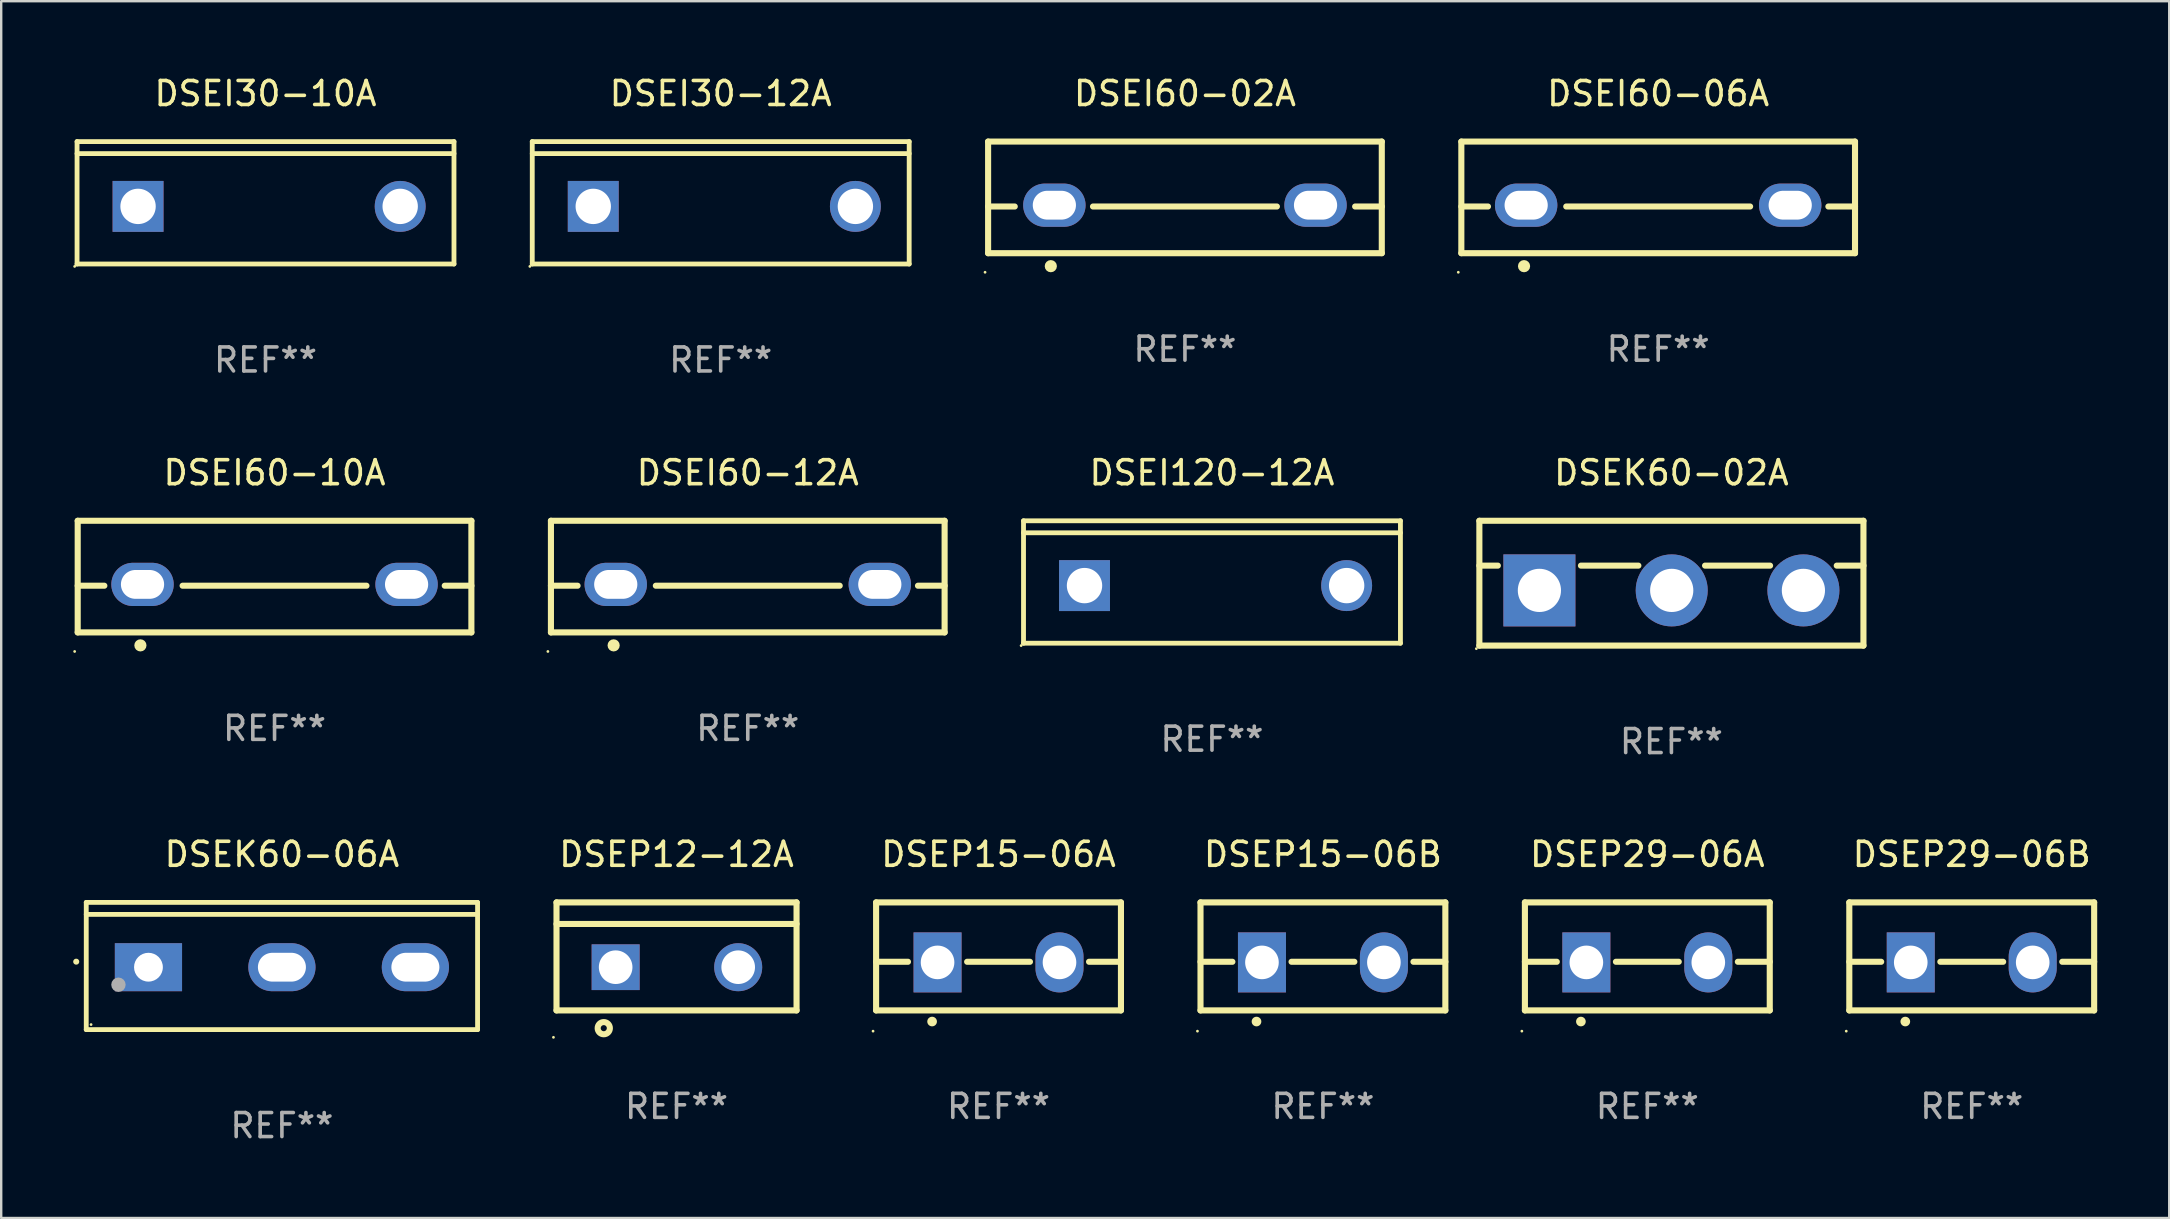
<source format=kicad_pcb>
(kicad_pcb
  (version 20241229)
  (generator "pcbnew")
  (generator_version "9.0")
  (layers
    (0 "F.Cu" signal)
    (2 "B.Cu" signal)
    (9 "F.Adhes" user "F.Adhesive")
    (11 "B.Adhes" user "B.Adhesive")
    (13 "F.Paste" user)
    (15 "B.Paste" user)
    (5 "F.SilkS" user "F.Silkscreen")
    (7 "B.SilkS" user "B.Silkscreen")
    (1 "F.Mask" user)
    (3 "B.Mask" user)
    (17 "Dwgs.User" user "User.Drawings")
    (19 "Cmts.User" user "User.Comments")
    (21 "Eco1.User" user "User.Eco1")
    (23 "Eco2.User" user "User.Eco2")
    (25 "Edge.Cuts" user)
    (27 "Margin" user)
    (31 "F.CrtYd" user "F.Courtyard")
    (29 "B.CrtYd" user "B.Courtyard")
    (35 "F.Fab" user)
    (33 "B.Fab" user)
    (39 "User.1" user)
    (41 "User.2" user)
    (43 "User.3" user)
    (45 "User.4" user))
  (footprint "DSEP15-06A"
    (layer "F.Cu")
    (at 38.547 36.792)
    (property "Reference" "DSEP15-06A" (at 0 -4.25 0) (layer "F.SilkS") (effects (font (size 1 1) (thickness 0.15))))
    (attr through_hole)
    (fp_line (start -5.1 -2.25) (end -5.1 2.25) (stroke (width 0.254) (type solid)) (layer "F.SilkS"))
    (fp_line (start -5.1 0.224) (end -3.772 0.224) (stroke (width 0.254) (type solid)) (layer "F.SilkS"))
    (fp_line (start -5.1 2.25) (end 5.1 2.25) (stroke (width 0.254) (type solid)) (layer "F.SilkS"))
    (fp_line (start -1.308 0.224) (end 1.309 0.224) (stroke (width 0.254) (type solid)) (layer "F.SilkS"))
    (fp_line (start 3.771 0.224) (end 5.1 0.224) (stroke (width 0.254) (type solid)) (layer "F.SilkS"))
    (fp_line (start 5.1 -2.25) (end -5.1 -2.25) (stroke (width 0.254) (type solid)) (layer "F.SilkS"))
    (fp_line (start 5.1 -2.25) (end 5.1 2.25) (stroke (width 0.254) (type solid)) (layer "F.SilkS"))
    (fp_arc (start -2.768606 2.713805) (mid -2.767336 2.713801) (end -2.766066 2.713805) (stroke (width 0.4) (type solid)) (layer "F.SilkS"))
    (fp_circle (center -5.227 3.114) (end -5.197 3.114) (stroke (width 0.06) (type solid)) (fill no) (layer "F.SilkS"))
    (fp_text user "REF**" (at 0 6.25 0) (layer "F.Fab") (effects (font (size 1 1) (thickness 0.15))))
    (pad "1" thru_hole rect (at -2.54 0.25) (size 2 2.5) (drill 1.4) (layers "*.Cu" "*.Mask"))
    (pad "3" thru_hole oval (at 2.54 0.25) (size 2 2.5) (drill 1.4) (layers "*.Cu" "*.Mask")))
  (footprint "DSEI60-02A"
    (layer "F.Cu")
    (at 46.313 5.173)
    (property "Reference" "DSEI60-02A" (at 0 -4.325 0) (layer "F.SilkS") (effects (font (size 1 1) (thickness 0.15))))
    (attr through_hole)
    (fp_line (start -8.2 -2.325) (end -8.2 2.325) (stroke (width 0.254) (type solid)) (layer "F.SilkS"))
    (fp_line (start -8.2 -2.325) (end 8.2 -2.325) (stroke (width 0.254) (type solid)) (layer "F.SilkS"))
    (fp_line (start -8.2 0.38) (end -7.09 0.38) (stroke (width 0.254) (type solid)) (layer "F.SilkS"))
    (fp_line (start -8.2 2.325) (end 8.2 2.325) (stroke (width 0.254) (type solid)) (layer "F.SilkS"))
    (fp_line (start -3.83 0.38) (end 3.83 0.38) (stroke (width 0.254) (type solid)) (layer "F.SilkS"))
    (fp_line (start 7.09 0.38) (end 8.2 0.38) (stroke (width 0.254) (type solid)) (layer "F.SilkS"))
    (fp_line (start 8.2 -2.325) (end 8.2 2.325) (stroke (width 0.254) (type solid)) (layer "F.SilkS"))
    (fp_circle (center -8.327 3.119) (end -8.297 3.119) (stroke (width 0.06) (type solid)) (fill no) (layer "F.SilkS"))
    (fp_circle (center -5.588 2.865) (end -5.461 2.865) (stroke (width 0.254) (type solid)) (fill no) (layer "F.SilkS"))
    (fp_text user "REF**" (at 0 6.325 0) (layer "F.Fab") (effects (font (size 1 1) (thickness 0.15))))
    (pad "1" thru_hole oval (at -5.44 0.325) (size 2.6 1.8) (drill oval 1.8 1.2) (layers "*.Cu" "*.Mask"))
    (pad "2" thru_hole oval (at 5.44 0.325) (size 2.6 1.8) (drill oval 1.8 1.2) (layers "*.Cu" "*.Mask")))
  (footprint "DSEI60-12A"
    (layer "F.Cu")
    (at 28.101 20.97)
    (property "Reference" "DSEI60-12A" (at 0 -4.325 0) (layer "F.SilkS") (effects (font (size 1 1) (thickness 0.15))))
    (attr through_hole)
    (fp_line (start -8.2 -2.325) (end -8.2 2.325) (stroke (width 0.254) (type solid)) (layer "F.SilkS"))
    (fp_line (start -8.2 -2.325) (end 8.2 -2.325) (stroke (width 0.254) (type solid)) (layer "F.SilkS"))
    (fp_line (start -8.2 0.38) (end -7.09 0.38) (stroke (width 0.254) (type solid)) (layer "F.SilkS"))
    (fp_line (start -8.2 2.325) (end 8.2 2.325) (stroke (width 0.254) (type solid)) (layer "F.SilkS"))
    (fp_line (start -3.83 0.38) (end 3.83 0.38) (stroke (width 0.254) (type solid)) (layer "F.SilkS"))
    (fp_line (start 7.09 0.38) (end 8.2 0.38) (stroke (width 0.254) (type solid)) (layer "F.SilkS"))
    (fp_line (start 8.2 -2.325) (end 8.2 2.325) (stroke (width 0.254) (type solid)) (layer "F.SilkS"))
    (fp_circle (center -8.327 3.119) (end -8.297 3.119) (stroke (width 0.06) (type solid)) (fill no) (layer "F.SilkS"))
    (fp_circle (center -5.588 2.865) (end -5.461 2.865) (stroke (width 0.254) (type solid)) (fill no) (layer "F.SilkS"))
    (fp_text user "REF**" (at 0 6.325 0) (layer "F.Fab") (effects (font (size 1 1) (thickness 0.15))))
    (pad "1" thru_hole oval (at -5.5 0.325) (size 2.6 1.8) (drill oval 1.8 1.2) (layers "*.Cu" "*.Mask"))
    (pad "3" thru_hole oval (at 5.5 0.325) (size 2.6 1.8) (drill oval 1.8 1.2) (layers "*.Cu" "*.Mask")))
  (footprint "DSEP12-12A"
    (layer "F.Cu")
    (at 25.133 36.792)
    (property "Reference" "DSEP12-12A" (at 0 -4.25 0) (layer "F.SilkS") (effects (font (size 1 1) (thickness 0.15))))
    (attr through_hole)
    (fp_line (start -5 -2.25) (end 5 -2.25) (stroke (width 0.254) (type solid)) (layer "F.SilkS"))
    (fp_line (start -5 -1.351) (end 5 -1.351) (stroke (width 0.254) (type solid)) (layer "F.SilkS"))
    (fp_line (start -5 2.25) (end -5 -2.25) (stroke (width 0.254) (type solid)) (layer "F.SilkS"))
    (fp_line (start -5 2.25) (end 5 2.25) (stroke (width 0.254) (type solid)) (layer "F.SilkS"))
    (fp_line (start 5 2.25) (end 5 -2.25) (stroke (width 0.254) (type solid)) (layer "F.SilkS"))
    (fp_circle (center -5.127 3.371) (end -5.097 3.371) (stroke (width 0.06) (type solid)) (fill no) (layer "F.SilkS"))
    (fp_circle (center -3.031 2.99) (end -2.777 2.99) (stroke (width 0.254) (type solid)) (fill no) (layer "F.SilkS"))
    (fp_text user "REF**" (at 0 6.25 0) (layer "F.Fab") (effects (font (size 1 1) (thickness 0.15))))
    (pad "1" thru_hole rect (at -2.536 0.45 90) (size 1.905 2) (drill 1.4) (layers "*.Cu" "*.Mask"))
    (pad "3" thru_hole circle (at 2.569 0.45) (size 2 2) (drill 1.4) (layers "*.Cu" "*.Mask")))
  (footprint "DSEI120-12A"
    (layer "F.Cu")
    (at 47.439 21.195)
    (property "Reference" "DSEI120-12A" (at 0 -4.55 0) (layer "F.SilkS") (effects (font (size 1 1) (thickness 0.15))))
    (attr through_hole)
    (fp_line (start -7.851 -2.55) (end 7.851 -2.55) (stroke (width 0.201) (type solid)) (layer "F.SilkS"))
    (fp_line (start -7.851 -2.05) (end 7.851 -2.05) (stroke (width 0.201) (type solid)) (layer "F.SilkS"))
    (fp_line (start -7.851 2.55) (end -7.851 -2.55) (stroke (width 0.201) (type solid)) (layer "F.SilkS"))
    (fp_line (start 7.851 -2.55) (end 7.851 2.55) (stroke (width 0.201) (type solid)) (layer "F.SilkS"))
    (fp_line (start 7.851 2.55) (end -7.851 2.55) (stroke (width 0.201) (type solid)) (layer "F.SilkS"))
    (fp_circle (center -7.951 2.65) (end -7.921 2.65) (stroke (width 0.06) (type solid)) (fill no) (layer "F.SilkS"))
    (fp_text user "REF**" (at 0 6.55 0) (layer "F.Fab") (effects (font (size 1 1) (thickness 0.15))))
    (pad "1" thru_hole rect (at -5.31 0.15) (size 2.121 2.121) (drill 1.473) (layers "*.Cu" "*.Mask"))
    (pad "3" thru_hole circle (at 5.61 0.15) (size 2.121 2.121) (drill 1.473) (layers "*.Cu" "*.Mask")))
  (footprint "DSEI60-06A"
    (layer "F.Cu")
    (at 66.027 5.173)
    (property "Reference" "DSEI60-06A" (at 0 -4.325 0) (layer "F.SilkS") (effects (font (size 1 1) (thickness 0.15))))
    (attr through_hole)
    (fp_line (start -8.2 -2.325) (end -8.2 2.325) (stroke (width 0.254) (type solid)) (layer "F.SilkS"))
    (fp_line (start -8.2 -2.325) (end 8.2 -2.325) (stroke (width 0.254) (type solid)) (layer "F.SilkS"))
    (fp_line (start -8.2 0.38) (end -7.09 0.38) (stroke (width 0.254) (type solid)) (layer "F.SilkS"))
    (fp_line (start -8.2 2.325) (end 8.2 2.325) (stroke (width 0.254) (type solid)) (layer "F.SilkS"))
    (fp_line (start -3.83 0.38) (end 3.83 0.38) (stroke (width 0.254) (type solid)) (layer "F.SilkS"))
    (fp_line (start 7.09 0.38) (end 8.2 0.38) (stroke (width 0.254) (type solid)) (layer "F.SilkS"))
    (fp_line (start 8.2 -2.325) (end 8.2 2.325) (stroke (width 0.254) (type solid)) (layer "F.SilkS"))
    (fp_circle (center -8.327 3.119) (end -8.297 3.119) (stroke (width 0.06) (type solid)) (fill no) (layer "F.SilkS"))
    (fp_circle (center -5.588 2.865) (end -5.461 2.865) (stroke (width 0.254) (type solid)) (fill no) (layer "F.SilkS"))
    (fp_text user "REF**" (at 0 6.325 0) (layer "F.Fab") (effects (font (size 1 1) (thickness 0.15))))
    (pad "1" thru_hole oval (at -5.5 0.325) (size 2.6 1.8) (drill oval 1.8 1.2) (layers "*.Cu" "*.Mask"))
    (pad "3" thru_hole oval (at 5.5 0.325) (size 2.6 1.8) (drill oval 1.8 1.2) (layers "*.Cu" "*.Mask")))
  (footprint "DSEP29-06B"
    (layer "F.Cu")
    (at 79.089 36.792)
    (property "Reference" "DSEP29-06B" (at 0 -4.25 0) (layer "F.SilkS") (effects (font (size 1 1) (thickness 0.15))))
    (attr through_hole)
    (fp_line (start -5.1 -2.25) (end -5.1 2.25) (stroke (width 0.254) (type solid)) (layer "F.SilkS"))
    (fp_line (start -5.1 0.224) (end -3.772 0.224) (stroke (width 0.254) (type solid)) (layer "F.SilkS"))
    (fp_line (start -5.1 2.25) (end 5.1 2.25) (stroke (width 0.254) (type solid)) (layer "F.SilkS"))
    (fp_line (start -1.308 0.224) (end 1.309 0.224) (stroke (width 0.254) (type solid)) (layer "F.SilkS"))
    (fp_line (start 3.771 0.224) (end 5.1 0.224) (stroke (width 0.254) (type solid)) (layer "F.SilkS"))
    (fp_line (start 5.1 -2.25) (end -5.1 -2.25) (stroke (width 0.254) (type solid)) (layer "F.SilkS"))
    (fp_line (start 5.1 -2.25) (end 5.1 2.25) (stroke (width 0.254) (type solid)) (layer "F.SilkS"))
    (fp_arc (start -2.768606 2.713805) (mid -2.767336 2.713801) (end -2.766066 2.713805) (stroke (width 0.4) (type solid)) (layer "F.SilkS"))
    (fp_circle (center -5.227 3.114) (end -5.197 3.114) (stroke (width 0.06) (type solid)) (fill no) (layer "F.SilkS"))
    (fp_text user "REF**" (at 0 6.25 0) (layer "F.Fab") (effects (font (size 1 1) (thickness 0.15))))
    (pad "1" thru_hole rect (at -2.54 0.25) (size 2 2.5) (drill 1.4) (layers "*.Cu" "*.Mask"))
    (pad "3" thru_hole oval (at 2.54 0.25) (size 2 2.5) (drill 1.4) (layers "*.Cu" "*.Mask")))
  (footprint "DSEK60-02A"
    (layer "F.Cu")
    (at 66.578 21.245)
    (property "Reference" "DSEK60-02A" (at 0 -4.6 0) (layer "F.SilkS") (effects (font (size 1 1) (thickness 0.15))))
    (attr through_hole)
    (fp_line (start -8 -2.6) (end -8 2.6) (stroke (width 0.254) (type solid)) (layer "F.SilkS"))
    (fp_line (start -8 -2.6) (end 8 -2.6) (stroke (width 0.254) (type solid)) (layer "F.SilkS"))
    (fp_line (start -8 -0.732) (end -7.23 -0.732) (stroke (width 0.254) (type solid)) (layer "F.SilkS"))
    (fp_line (start -8 2.6) (end 8 2.6) (stroke (width 0.254) (type solid)) (layer "F.SilkS"))
    (fp_line (start -3.768 -0.732) (end -1.376 -0.732) (stroke (width 0.254) (type solid)) (layer "F.SilkS"))
    (fp_line (start 1.402 -0.732) (end 4.11 -0.732) (stroke (width 0.254) (type solid)) (layer "F.SilkS"))
    (fp_line (start 6.888 -0.732) (end 8 -0.732) (stroke (width 0.254) (type solid)) (layer "F.SilkS"))
    (fp_line (start 8 -2.6) (end 8 2.6) (stroke (width 0.254) (type solid)) (layer "F.SilkS"))
    (fp_circle (center -8.127 2.727) (end -8.097 2.727) (stroke (width 0.06) (type solid)) (fill no) (layer "F.SilkS"))
    (fp_text user "REF**" (at 0 6.6 0) (layer "F.Fab") (effects (font (size 1 1) (thickness 0.15))))
    (pad "1" thru_hole rect (at -5.499 0.3) (size 3 3) (drill 1.8) (layers "*.Cu" "*.Mask"))
    (pad "2" thru_hole circle (at 0.013 0.3) (size 3 3) (drill 1.8) (layers "*.Cu" "*.Mask"))
    (pad "3" thru_hole circle (at 5.499 0.3) (size 3 3) (drill 1.8) (layers "*.Cu" "*.Mask")))
  (footprint "DSEI30-10A"
    (layer "F.Cu")
    (at 8.011 5.398)
    (property "Reference" "DSEI30-10A" (at 0 -4.55 0) (layer "F.SilkS") (effects (font (size 1 1) (thickness 0.15))))
    (attr through_hole)
    (fp_line (start -7.851 -2.55) (end 7.851 -2.55) (stroke (width 0.201) (type solid)) (layer "F.SilkS"))
    (fp_line (start -7.851 -2.05) (end 7.851 -2.05) (stroke (width 0.201) (type solid)) (layer "F.SilkS"))
    (fp_line (start -7.851 2.55) (end -7.851 -2.55) (stroke (width 0.201) (type solid)) (layer "F.SilkS"))
    (fp_line (start 7.851 -2.55) (end 7.851 2.55) (stroke (width 0.201) (type solid)) (layer "F.SilkS"))
    (fp_line (start 7.851 2.55) (end -7.851 2.55) (stroke (width 0.201) (type solid)) (layer "F.SilkS"))
    (fp_circle (center -7.951 2.65) (end -7.921 2.65) (stroke (width 0.06) (type solid)) (fill no) (layer "F.SilkS"))
    (fp_text user "REF**" (at 0 6.55 0) (layer "F.Fab") (effects (font (size 1 1) (thickness 0.15))))
    (pad "1" thru_hole rect (at -5.31 0.15) (size 2.121 2.121) (drill 1.473) (layers "*.Cu" "*.Mask"))
    (pad "3" thru_hole circle (at 5.61 0.15) (size 2.121 2.121) (drill 1.473) (layers "*.Cu" "*.Mask")))
  (footprint "DSEI60-10A"
    (layer "F.Cu")
    (at 8.387 20.97)
    (property "Reference" "DSEI60-10A" (at 0 -4.325 0) (layer "F.SilkS") (effects (font (size 1 1) (thickness 0.15))))
    (attr through_hole)
    (fp_line (start -8.2 -2.325) (end -8.2 2.325) (stroke (width 0.254) (type solid)) (layer "F.SilkS"))
    (fp_line (start -8.2 -2.325) (end 8.2 -2.325) (stroke (width 0.254) (type solid)) (layer "F.SilkS"))
    (fp_line (start -8.2 0.38) (end -7.09 0.38) (stroke (width 0.254) (type solid)) (layer "F.SilkS"))
    (fp_line (start -8.2 2.325) (end 8.2 2.325) (stroke (width 0.254) (type solid)) (layer "F.SilkS"))
    (fp_line (start -3.83 0.38) (end 3.83 0.38) (stroke (width 0.254) (type solid)) (layer "F.SilkS"))
    (fp_line (start 7.09 0.38) (end 8.2 0.38) (stroke (width 0.254) (type solid)) (layer "F.SilkS"))
    (fp_line (start 8.2 -2.325) (end 8.2 2.325) (stroke (width 0.254) (type solid)) (layer "F.SilkS"))
    (fp_circle (center -8.327 3.119) (end -8.297 3.119) (stroke (width 0.06) (type solid)) (fill no) (layer "F.SilkS"))
    (fp_circle (center -5.588 2.865) (end -5.461 2.865) (stroke (width 0.254) (type solid)) (fill no) (layer "F.SilkS"))
    (fp_text user "REF**" (at 0 6.325 0) (layer "F.Fab") (effects (font (size 1 1) (thickness 0.15))))
    (pad "1" thru_hole oval (at -5.5 0.325) (size 2.6 1.8) (drill oval 1.8 1.2) (layers "*.Cu" "*.Mask"))
    (pad "3" thru_hole oval (at 5.5 0.325) (size 2.6 1.8) (drill oval 1.8 1.2) (layers "*.Cu" "*.Mask")))
  (footprint "DSEK60-06A"
    (layer "F.Cu")
    (at 8.694 37.192)
    (property "Reference" "DSEK60-06A" (at 0 -4.65 0) (layer "F.SilkS") (effects (font (size 1 1) (thickness 0.15))))
    (attr through_hole)
    (fp_line (start -8.151 -2.65) (end -8.151 2.65) (stroke (width 0.201) (type solid)) (layer "F.SilkS"))
    (fp_line (start 8.151 -2.65) (end -8.151 -2.65) (stroke (width 0.201) (type solid)) (layer "F.SilkS"))
    (fp_line (start 8.151 -2.15) (end -8.151 -2.15) (stroke (width 0.201) (type solid)) (layer "F.SilkS"))
    (fp_line (start 8.151 2.65) (end -8.151 2.65) (stroke (width 0.201) (type solid)) (layer "F.SilkS"))
    (fp_line (start 8.151 2.65) (end 8.151 -2.65) (stroke (width 0.201) (type solid)) (layer "F.SilkS"))
    (fp_arc (start -8.570003 -0.18048) (mid -8.568733 -0.180486) (end -8.567463 -0.18048) (stroke (width 0.24892) (type solid)) (layer "F.SilkS"))
    (fp_circle (center -7.95 2.44) (end -7.92 2.44) (stroke (width 0.06) (type solid)) (fill no) (layer "F.SilkS"))
    (fp_circle (center -6.81 0.78) (end -6.66 0.78) (stroke (width 0.3) (type solid)) (fill no) (layer "F.Fab"))
    (fp_text user "REF**" (at 0 6.65 0) (layer "F.Fab") (effects (font (size 1 1) (thickness 0.15))))
    (pad "1" thru_hole rect (at -5.56 0.05 90) (size 2 2.8) (drill 1.2) (layers "*.Cu" "*.Mask"))
    (pad "2" thru_hole oval (at 0 0.05 90) (size 2 2.8) (drill oval 1.2 2) (layers "*.Cu" "*.Mask"))
    (pad "3" thru_hole oval (at 5.56 0.05 90) (size 2 2.8) (drill oval 1.2 2) (layers "*.Cu" "*.Mask")))
  (footprint "DSEP29-06A"
    (layer "F.Cu")
    (at 65.575 36.792)
    (property "Reference" "DSEP29-06A" (at 0 -4.25 0) (layer "F.SilkS") (effects (font (size 1 1) (thickness 0.15))))
    (attr through_hole)
    (fp_line (start -5.1 -2.25) (end -5.1 2.25) (stroke (width 0.254) (type solid)) (layer "F.SilkS"))
    (fp_line (start -5.1 0.224) (end -3.772 0.224) (stroke (width 0.254) (type solid)) (layer "F.SilkS"))
    (fp_line (start -5.1 2.25) (end 5.1 2.25) (stroke (width 0.254) (type solid)) (layer "F.SilkS"))
    (fp_line (start -1.308 0.224) (end 1.309 0.224) (stroke (width 0.254) (type solid)) (layer "F.SilkS"))
    (fp_line (start 3.771 0.224) (end 5.1 0.224) (stroke (width 0.254) (type solid)) (layer "F.SilkS"))
    (fp_line (start 5.1 -2.25) (end -5.1 -2.25) (stroke (width 0.254) (type solid)) (layer "F.SilkS"))
    (fp_line (start 5.1 -2.25) (end 5.1 2.25) (stroke (width 0.254) (type solid)) (layer "F.SilkS"))
    (fp_arc (start -2.768606 2.713805) (mid -2.767336 2.713801) (end -2.766066 2.713805) (stroke (width 0.4) (type solid)) (layer "F.SilkS"))
    (fp_circle (center -5.227 3.114) (end -5.197 3.114) (stroke (width 0.06) (type solid)) (fill no) (layer "F.SilkS"))
    (fp_text user "REF**" (at 0 6.25 0) (layer "F.Fab") (effects (font (size 1 1) (thickness 0.15))))
    (pad "1" thru_hole rect (at -2.54 0.25) (size 2 2.5) (drill 1.4) (layers "*.Cu" "*.Mask"))
    (pad "3" thru_hole oval (at 2.54 0.25) (size 2 2.5) (drill 1.4) (layers "*.Cu" "*.Mask")))
  (footprint "DSEP15-06B"
    (layer "F.Cu")
    (at 52.061 36.792)
    (property "Reference" "DSEP15-06B" (at 0 -4.25 0) (layer "F.SilkS") (effects (font (size 1 1) (thickness 0.15))))
    (attr through_hole)
    (fp_line (start -5.1 -2.25) (end -5.1 2.25) (stroke (width 0.254) (type solid)) (layer "F.SilkS"))
    (fp_line (start -5.1 0.224) (end -3.772 0.224) (stroke (width 0.254) (type solid)) (layer "F.SilkS"))
    (fp_line (start -5.1 2.25) (end 5.1 2.25) (stroke (width 0.254) (type solid)) (layer "F.SilkS"))
    (fp_line (start -1.308 0.224) (end 1.309 0.224) (stroke (width 0.254) (type solid)) (layer "F.SilkS"))
    (fp_line (start 3.771 0.224) (end 5.1 0.224) (stroke (width 0.254) (type solid)) (layer "F.SilkS"))
    (fp_line (start 5.1 -2.25) (end -5.1 -2.25) (stroke (width 0.254) (type solid)) (layer "F.SilkS"))
    (fp_line (start 5.1 -2.25) (end 5.1 2.25) (stroke (width 0.254) (type solid)) (layer "F.SilkS"))
    (fp_arc (start -2.768606 2.713805) (mid -2.767336 2.713801) (end -2.766066 2.713805) (stroke (width 0.4) (type solid)) (layer "F.SilkS"))
    (fp_circle (center -5.227 3.114) (end -5.197 3.114) (stroke (width 0.06) (type solid)) (fill no) (layer "F.SilkS"))
    (fp_text user "REF**" (at 0 6.25 0) (layer "F.Fab") (effects (font (size 1 1) (thickness 0.15))))
    (pad "1" thru_hole rect (at -2.54 0.25) (size 2 2.5) (drill 1.4) (layers "*.Cu" "*.Mask"))
    (pad "3" thru_hole oval (at 2.54 0.25) (size 2 2.5) (drill 1.4) (layers "*.Cu" "*.Mask")))
  (footprint "DSEI30-12A"
    (layer "F.Cu")
    (at 26.974 5.398)
    (property "Reference" "DSEI30-12A" (at 0 -4.55 0) (layer "F.SilkS") (effects (font (size 1 1) (thickness 0.15))))
    (attr through_hole)
    (fp_line (start -7.851 -2.55) (end 7.851 -2.55) (stroke (width 0.201) (type solid)) (layer "F.SilkS"))
    (fp_line (start -7.851 -2.05) (end 7.851 -2.05) (stroke (width 0.201) (type solid)) (layer "F.SilkS"))
    (fp_line (start -7.851 2.55) (end -7.851 -2.55) (stroke (width 0.201) (type solid)) (layer "F.SilkS"))
    (fp_line (start 7.851 -2.55) (end 7.851 2.55) (stroke (width 0.201) (type solid)) (layer "F.SilkS"))
    (fp_line (start 7.851 2.55) (end -7.851 2.55) (stroke (width 0.201) (type solid)) (layer "F.SilkS"))
    (fp_circle (center -7.951 2.65) (end -7.921 2.65) (stroke (width 0.06) (type solid)) (fill no) (layer "F.SilkS"))
    (fp_text user "REF**" (at 0 6.55 0) (layer "F.Fab") (effects (font (size 1 1) (thickness 0.15))))
    (pad "1" thru_hole rect (at -5.31 0.15) (size 2.121 2.121) (drill 1.473) (layers "*.Cu" "*.Mask"))
    (pad "3" thru_hole circle (at 5.61 0.15) (size 2.121 2.121) (drill 1.473) (layers "*.Cu" "*.Mask")))
  (gr_rect
    (start -3 -3)
    (end 87.316 47.691)
    (stroke (width 0.1) (type default))
    (fill no)
    (layer "Edge.Cuts")))
</source>
